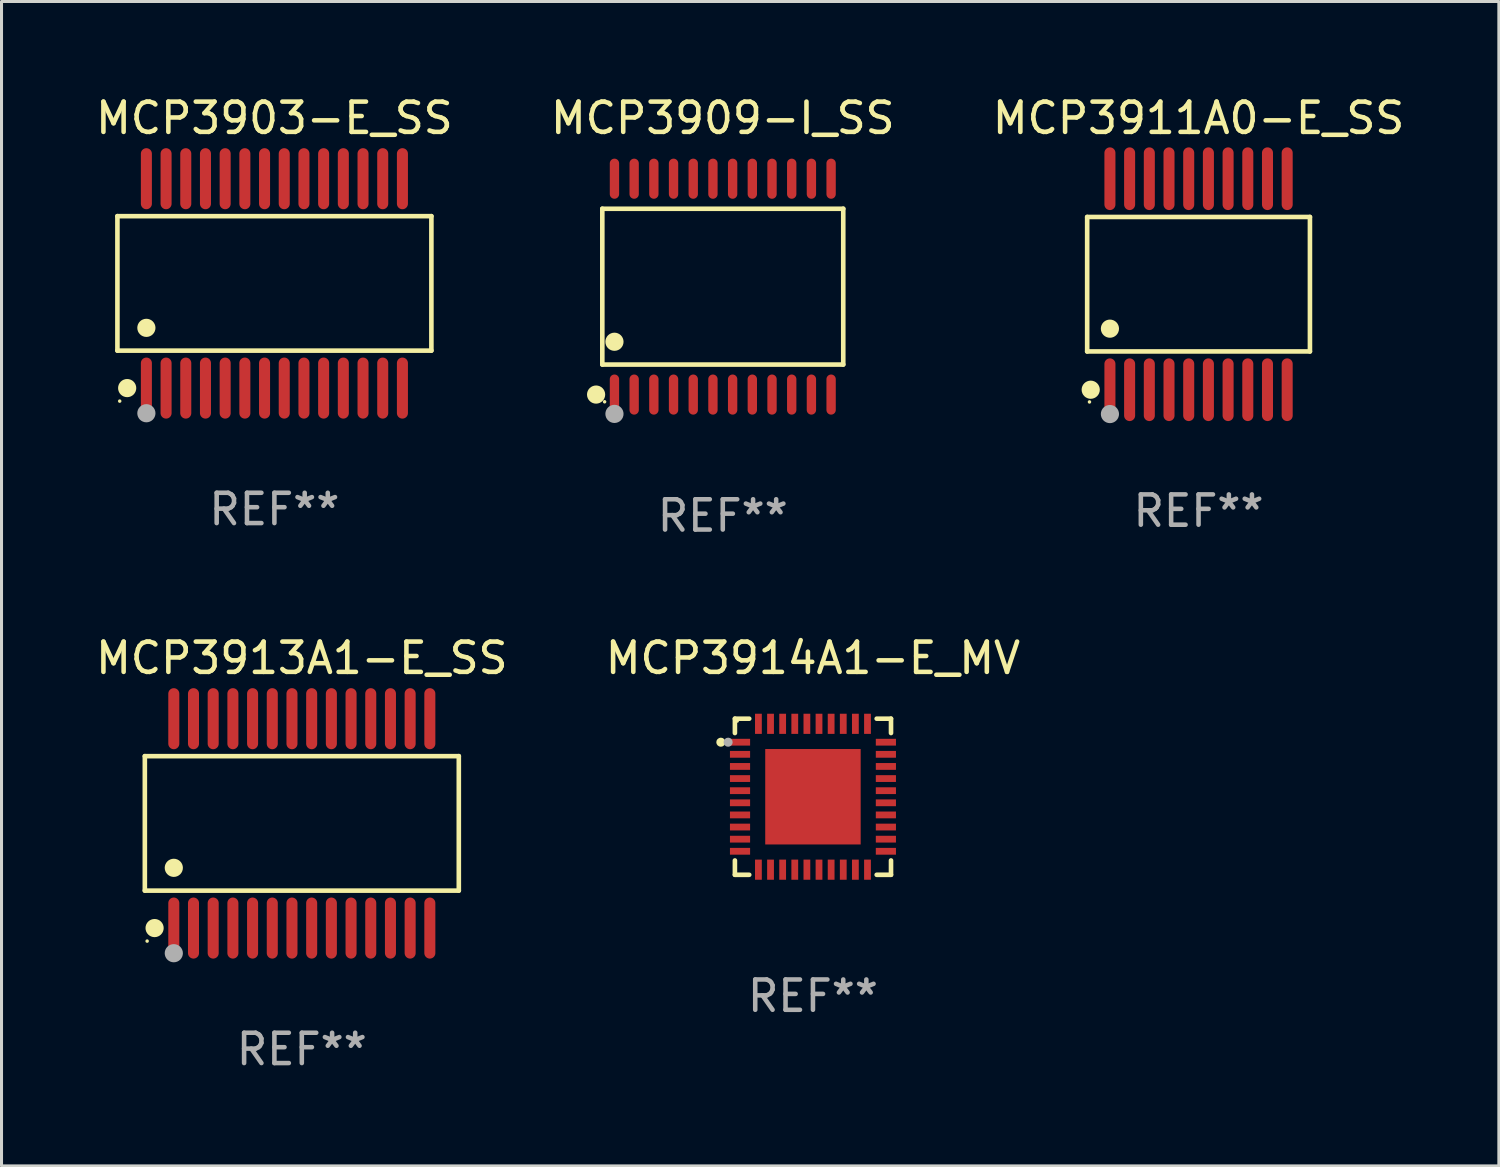
<source format=kicad_pcb>
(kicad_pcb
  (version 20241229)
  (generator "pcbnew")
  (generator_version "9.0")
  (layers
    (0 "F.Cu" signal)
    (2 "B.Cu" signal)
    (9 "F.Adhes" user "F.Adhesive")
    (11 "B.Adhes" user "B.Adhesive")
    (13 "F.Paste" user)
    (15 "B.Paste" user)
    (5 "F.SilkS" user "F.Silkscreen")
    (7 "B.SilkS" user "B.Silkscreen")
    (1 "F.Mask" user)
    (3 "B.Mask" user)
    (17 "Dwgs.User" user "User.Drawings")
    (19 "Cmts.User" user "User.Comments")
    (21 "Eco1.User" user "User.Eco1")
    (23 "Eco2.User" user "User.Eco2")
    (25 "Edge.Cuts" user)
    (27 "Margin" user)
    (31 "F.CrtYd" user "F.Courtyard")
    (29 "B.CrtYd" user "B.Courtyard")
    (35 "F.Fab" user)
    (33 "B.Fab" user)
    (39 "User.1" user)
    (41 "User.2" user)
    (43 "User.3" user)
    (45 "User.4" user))
  (footprint "MCP3914A1-E_MV"
    (layer "F.Cu")
    (at 23.78 23.245)
    (property "Reference" "MCP3914A1-E_MV" (at 0 -4.576 0) (layer "F.SilkS") (effects (font (size 1 1) (thickness 0.15))))
    (attr through_hole)
    (fp_line (start -2.576 -2.576) (end -2.576 -2.103) (stroke (width 0.152) (type solid)) (layer "F.SilkS"))
    (fp_line (start -2.576 2.576) (end -2.576 2.103) (stroke (width 0.152) (type solid)) (layer "F.SilkS"))
    (fp_line (start -2.103 -2.576) (end -2.576 -2.576) (stroke (width 0.152) (type solid)) (layer "F.SilkS"))
    (fp_line (start -2.103 2.576) (end -2.576 2.576) (stroke (width 0.152) (type solid)) (layer "F.SilkS"))
    (fp_line (start 2.103 -2.576) (end 2.576 -2.576) (stroke (width 0.152) (type solid)) (layer "F.SilkS"))
    (fp_line (start 2.103 2.576) (end 2.576 2.576) (stroke (width 0.152) (type solid)) (layer "F.SilkS"))
    (fp_line (start 2.576 -2.576) (end 2.576 -2.103) (stroke (width 0.152) (type solid)) (layer "F.SilkS"))
    (fp_line (start 2.576 2.576) (end 2.576 2.103) (stroke (width 0.152) (type solid)) (layer "F.SilkS"))
    (fp_circle (center -3.04 -1.8) (end -2.965 -1.8) (stroke (width 0.15) (type solid)) (fill no) (layer "F.SilkS"))
    (fp_circle (center -2.5 -2.5) (end -2.47 -2.5) (stroke (width 0.06) (type solid)) (fill no) (layer "F.SilkS"))
    (fp_circle (center -2.8 -1.8) (end -2.725 -1.8) (stroke (width 0.15) (type solid)) (fill no) (layer "F.Fab"))
    (fp_text user "REF**" (at 0 6.576 0) (layer "F.Fab") (effects (font (size 1 1) (thickness 0.15))))
    (pad "1" smd rect (at -2.407 -1.8) (size 0.665 0.224) (layers "F.Cu" "F.Mask" "F.Paste"))
    (pad "2" smd rect (at -2.407 -1.4) (size 0.665 0.224) (layers "F.Cu" "F.Mask" "F.Paste"))
    (pad "3" smd rect (at -2.407 -1) (size 0.665 0.224) (layers "F.Cu" "F.Mask" "F.Paste"))
    (pad "4" smd rect (at -2.407 -0.6) (size 0.665 0.224) (layers "F.Cu" "F.Mask" "F.Paste"))
    (pad "5" smd rect (at -2.407 -0.2) (size 0.665 0.224) (layers "F.Cu" "F.Mask" "F.Paste"))
    (pad "6" smd rect (at -2.407 0.2) (size 0.665 0.224) (layers "F.Cu" "F.Mask" "F.Paste"))
    (pad "7" smd rect (at -2.407 0.6) (size 0.665 0.224) (layers "F.Cu" "F.Mask" "F.Paste"))
    (pad "8" smd rect (at -2.407 1) (size 0.665 0.224) (layers "F.Cu" "F.Mask" "F.Paste"))
    (pad "9" smd rect (at -2.407 1.4) (size 0.665 0.224) (layers "F.Cu" "F.Mask" "F.Paste"))
    (pad "10" smd rect (at -2.407 1.8) (size 0.665 0.224) (layers "F.Cu" "F.Mask" "F.Paste"))
    (pad "11" smd rect (at -1.8 2.407) (size 0.224 0.665) (layers "F.Cu" "F.Mask" "F.Paste"))
    (pad "12" smd rect (at -1.4 2.407) (size 0.224 0.665) (layers "F.Cu" "F.Mask" "F.Paste"))
    (pad "13" smd rect (at -1 2.407) (size 0.224 0.665) (layers "F.Cu" "F.Mask" "F.Paste"))
    (pad "14" smd rect (at -0.6 2.407) (size 0.224 0.665) (layers "F.Cu" "F.Mask" "F.Paste"))
    (pad "15" smd rect (at -0.2 2.407) (size 0.224 0.665) (layers "F.Cu" "F.Mask" "F.Paste"))
    (pad "16" smd rect (at 0.2 2.407) (size 0.224 0.665) (layers "F.Cu" "F.Mask" "F.Paste"))
    (pad "17" smd rect (at 0.6 2.407) (size 0.224 0.665) (layers "F.Cu" "F.Mask" "F.Paste"))
    (pad "18" smd rect (at 1 2.407) (size 0.224 0.665) (layers "F.Cu" "F.Mask" "F.Paste"))
    (pad "19" smd rect (at 1.4 2.407) (size 0.224 0.665) (layers "F.Cu" "F.Mask" "F.Paste"))
    (pad "20" smd rect (at 1.8 2.407) (size 0.224 0.665) (layers "F.Cu" "F.Mask" "F.Paste"))
    (pad "21" smd rect (at 2.407 1.8) (size 0.665 0.224) (layers "F.Cu" "F.Mask" "F.Paste"))
    (pad "22" smd rect (at 2.407 1.4) (size 0.665 0.224) (layers "F.Cu" "F.Mask" "F.Paste"))
    (pad "23" smd rect (at 2.407 1) (size 0.665 0.224) (layers "F.Cu" "F.Mask" "F.Paste"))
    (pad "24" smd rect (at 2.407 0.6) (size 0.665 0.224) (layers "F.Cu" "F.Mask" "F.Paste"))
    (pad "25" smd rect (at 2.407 0.2) (size 0.665 0.224) (layers "F.Cu" "F.Mask" "F.Paste"))
    (pad "26" smd rect (at 2.407 -0.2) (size 0.665 0.224) (layers "F.Cu" "F.Mask" "F.Paste"))
    (pad "27" smd rect (at 2.407 -0.6) (size 0.665 0.224) (layers "F.Cu" "F.Mask" "F.Paste"))
    (pad "28" smd rect (at 2.407 -1) (size 0.665 0.224) (layers "F.Cu" "F.Mask" "F.Paste"))
    (pad "29" smd rect (at 2.407 -1.4) (size 0.665 0.224) (layers "F.Cu" "F.Mask" "F.Paste"))
    (pad "30" smd rect (at 2.407 -1.8) (size 0.665 0.224) (layers "F.Cu" "F.Mask" "F.Paste"))
    (pad "31" smd rect (at 1.8 -2.407) (size 0.224 0.665) (layers "F.Cu" "F.Mask" "F.Paste"))
    (pad "32" smd rect (at 1.4 -2.407) (size 0.224 0.665) (layers "F.Cu" "F.Mask" "F.Paste"))
    (pad "33" smd rect (at 1 -2.407) (size 0.224 0.665) (layers "F.Cu" "F.Mask" "F.Paste"))
    (pad "34" smd rect (at 0.6 -2.407) (size 0.224 0.665) (layers "F.Cu" "F.Mask" "F.Paste"))
    (pad "35" smd rect (at 0.2 -2.407) (size 0.224 0.665) (layers "F.Cu" "F.Mask" "F.Paste"))
    (pad "36" smd rect (at -0.2 -2.407) (size 0.224 0.665) (layers "F.Cu" "F.Mask" "F.Paste"))
    (pad "37" smd rect (at -0.6 -2.407) (size 0.224 0.665) (layers "F.Cu" "F.Mask" "F.Paste"))
    (pad "38" smd rect (at -1 -2.407) (size 0.224 0.665) (layers "F.Cu" "F.Mask" "F.Paste"))
    (pad "39" smd rect (at -1.4 -2.407) (size 0.224 0.665) (layers "F.Cu" "F.Mask" "F.Paste"))
    (pad "40" smd rect (at -1.8 -2.407) (size 0.224 0.665) (layers "F.Cu" "F.Mask" "F.Paste"))
    (pad "41" smd rect (at 0 0) (size 3.15 3.15) (layers "F.Cu" "F.Mask" "F.Paste")))
  (footprint "MCP3911A0-E_SS"
    (layer "F.Cu")
    (at 36.506 6.33)
    (property "Reference" "MCP3911A0-E_SS" (at 0 -5.482 0) (layer "F.SilkS") (effects (font (size 1 1) (thickness 0.15))))
    (attr through_hole)
    (fp_line (start -3.676 -2.219) (end 3.676 -2.219) (stroke (width 0.152) (type solid)) (layer "F.SilkS"))
    (fp_line (start -3.676 2.219) (end -3.676 -2.219) (stroke (width 0.152) (type solid)) (layer "F.SilkS"))
    (fp_line (start 3.676 -2.219) (end 3.676 2.219) (stroke (width 0.152) (type solid)) (layer "F.SilkS"))
    (fp_line (start 3.676 2.219) (end -3.676 2.219) (stroke (width 0.152) (type solid)) (layer "F.SilkS"))
    (fp_circle (center -3.6 3.885) (end -3.57 3.885) (stroke (width 0.06) (type solid)) (fill no) (layer "F.SilkS"))
    (fp_circle (center -3.559 3.482) (end -3.409 3.482) (stroke (width 0.3) (type solid)) (fill no) (layer "F.SilkS"))
    (fp_circle (center -2.925 1.467) (end -2.775 1.467) (stroke (width 0.3) (type solid)) (fill no) (layer "F.SilkS"))
    (fp_circle (center -2.925 4.285) (end -2.775 4.285) (stroke (width 0.3) (type solid)) (fill no) (layer "F.Fab"))
    (fp_text user "REF**" (at 0 7.482 0) (layer "F.Fab") (effects (font (size 1 1) (thickness 0.15))))
    (pad "1" smd oval (at -2.925 3.482) (size 0.364 2.069) (layers "F.Cu" "F.Mask" "F.Paste"))
    (pad "2" smd oval (at -2.275 3.482) (size 0.364 2.069) (layers "F.Cu" "F.Mask" "F.Paste"))
    (pad "3" smd oval (at -1.625 3.482) (size 0.364 2.069) (layers "F.Cu" "F.Mask" "F.Paste"))
    (pad "4" smd oval (at -0.975 3.482) (size 0.364 2.069) (layers "F.Cu" "F.Mask" "F.Paste"))
    (pad "5" smd oval (at -0.325 3.482) (size 0.364 2.069) (layers "F.Cu" "F.Mask" "F.Paste"))
    (pad "6" smd oval (at 0.325 3.482) (size 0.364 2.069) (layers "F.Cu" "F.Mask" "F.Paste"))
    (pad "7" smd oval (at 0.975 3.482) (size 0.364 2.069) (layers "F.Cu" "F.Mask" "F.Paste"))
    (pad "8" smd oval (at 1.625 3.482) (size 0.364 2.069) (layers "F.Cu" "F.Mask" "F.Paste"))
    (pad "9" smd oval (at 2.275 3.482) (size 0.364 2.069) (layers "F.Cu" "F.Mask" "F.Paste"))
    (pad "10" smd oval (at 2.925 3.482) (size 0.364 2.069) (layers "F.Cu" "F.Mask" "F.Paste"))
    (pad "11" smd oval (at 2.925 -3.482) (size 0.364 2.069) (layers "F.Cu" "F.Mask" "F.Paste"))
    (pad "12" smd oval (at 2.275 -3.482) (size 0.364 2.069) (layers "F.Cu" "F.Mask" "F.Paste"))
    (pad "13" smd oval (at 1.625 -3.482) (size 0.364 2.069) (layers "F.Cu" "F.Mask" "F.Paste"))
    (pad "14" smd oval (at 0.975 -3.482) (size 0.364 2.069) (layers "F.Cu" "F.Mask" "F.Paste"))
    (pad "15" smd oval (at 0.325 -3.482) (size 0.364 2.069) (layers "F.Cu" "F.Mask" "F.Paste"))
    (pad "16" smd oval (at -0.325 -3.482) (size 0.364 2.069) (layers "F.Cu" "F.Mask" "F.Paste"))
    (pad "17" smd oval (at -0.975 -3.482) (size 0.364 2.069) (layers "F.Cu" "F.Mask" "F.Paste"))
    (pad "18" smd oval (at -1.625 -3.482) (size 0.364 2.069) (layers "F.Cu" "F.Mask" "F.Paste"))
    (pad "19" smd oval (at -2.275 -3.482) (size 0.364 2.069) (layers "F.Cu" "F.Mask" "F.Paste"))
    (pad "20" smd oval (at -2.925 -3.482) (size 0.364 2.069) (layers "F.Cu" "F.Mask" "F.Paste")))
  (footprint "MCP3903-E_SS"
    (layer "F.Cu")
    (at 6.006 6.303)
    (property "Reference" "MCP3903-E_SS" (at 0 -5.455 0) (layer "F.SilkS") (effects (font (size 1 1) (thickness 0.15))))
    (attr through_hole)
    (fp_line (start -5.181 -2.219) (end 5.181 -2.219) (stroke (width 0.152) (type solid)) (layer "F.SilkS"))
    (fp_line (start -5.181 2.219) (end -5.181 -2.219) (stroke (width 0.152) (type solid)) (layer "F.SilkS"))
    (fp_line (start 5.181 -2.219) (end 5.181 2.219) (stroke (width 0.152) (type solid)) (layer "F.SilkS"))
    (fp_line (start 5.181 2.219) (end -5.181 2.219) (stroke (width 0.152) (type solid)) (layer "F.SilkS"))
    (fp_circle (center -5.105 3.885) (end -5.075 3.885) (stroke (width 0.06) (type solid)) (fill no) (layer "F.SilkS"))
    (fp_circle (center -4.859 3.455) (end -4.709 3.455) (stroke (width 0.3) (type solid)) (fill no) (layer "F.SilkS"))
    (fp_circle (center -4.225 1.467) (end -4.075 1.467) (stroke (width 0.3) (type solid)) (fill no) (layer "F.SilkS"))
    (fp_circle (center -4.225 4.285) (end -4.075 4.285) (stroke (width 0.3) (type solid)) (fill no) (layer "F.Fab"))
    (fp_text user "REF**" (at 0 7.455 0) (layer "F.Fab") (effects (font (size 1 1) (thickness 0.15))))
    (pad "1" smd oval (at -4.225 3.455) (size 0.364 2.015) (layers "F.Cu" "F.Mask" "F.Paste"))
    (pad "2" smd oval (at -3.575 3.455) (size 0.364 2.015) (layers "F.Cu" "F.Mask" "F.Paste"))
    (pad "3" smd oval (at -2.925 3.455) (size 0.364 2.015) (layers "F.Cu" "F.Mask" "F.Paste"))
    (pad "4" smd oval (at -2.275 3.455) (size 0.364 2.015) (layers "F.Cu" "F.Mask" "F.Paste"))
    (pad "5" smd oval (at -1.625 3.455) (size 0.364 2.015) (layers "F.Cu" "F.Mask" "F.Paste"))
    (pad "6" smd oval (at -0.975 3.455) (size 0.364 2.015) (layers "F.Cu" "F.Mask" "F.Paste"))
    (pad "7" smd oval (at -0.325 3.455) (size 0.364 2.015) (layers "F.Cu" "F.Mask" "F.Paste"))
    (pad "8" smd oval (at 0.325 3.455) (size 0.364 2.015) (layers "F.Cu" "F.Mask" "F.Paste"))
    (pad "9" smd oval (at 0.975 3.455) (size 0.364 2.015) (layers "F.Cu" "F.Mask" "F.Paste"))
    (pad "10" smd oval (at 1.625 3.455) (size 0.364 2.015) (layers "F.Cu" "F.Mask" "F.Paste"))
    (pad "11" smd oval (at 2.275 3.455) (size 0.364 2.015) (layers "F.Cu" "F.Mask" "F.Paste"))
    (pad "12" smd oval (at 2.925 3.455) (size 0.364 2.015) (layers "F.Cu" "F.Mask" "F.Paste"))
    (pad "13" smd oval (at 3.575 3.455) (size 0.364 2.015) (layers "F.Cu" "F.Mask" "F.Paste"))
    (pad "14" smd oval (at 4.225 3.455) (size 0.364 2.015) (layers "F.Cu" "F.Mask" "F.Paste"))
    (pad "15" smd oval (at 4.225 -3.455) (size 0.364 2.015) (layers "F.Cu" "F.Mask" "F.Paste"))
    (pad "16" smd oval (at 3.575 -3.455) (size 0.364 2.015) (layers "F.Cu" "F.Mask" "F.Paste"))
    (pad "17" smd oval (at 2.925 -3.455) (size 0.364 2.015) (layers "F.Cu" "F.Mask" "F.Paste"))
    (pad "18" smd oval (at 2.275 -3.455) (size 0.364 2.015) (layers "F.Cu" "F.Mask" "F.Paste"))
    (pad "19" smd oval (at 1.625 -3.455) (size 0.364 2.015) (layers "F.Cu" "F.Mask" "F.Paste"))
    (pad "20" smd oval (at 0.975 -3.455) (size 0.364 2.015) (layers "F.Cu" "F.Mask" "F.Paste"))
    (pad "21" smd oval (at 0.325 -3.455) (size 0.364 2.015) (layers "F.Cu" "F.Mask" "F.Paste"))
    (pad "22" smd oval (at -0.325 -3.455) (size 0.364 2.015) (layers "F.Cu" "F.Mask" "F.Paste"))
    (pad "23" smd oval (at -0.975 -3.455) (size 0.364 2.015) (layers "F.Cu" "F.Mask" "F.Paste"))
    (pad "24" smd oval (at -1.625 -3.455) (size 0.364 2.015) (layers "F.Cu" "F.Mask" "F.Paste"))
    (pad "25" smd oval (at -2.275 -3.455) (size 0.364 2.015) (layers "F.Cu" "F.Mask" "F.Paste"))
    (pad "26" smd oval (at -2.925 -3.455) (size 0.364 2.015) (layers "F.Cu" "F.Mask" "F.Paste"))
    (pad "27" smd oval (at -3.575 -3.455) (size 0.364 2.015) (layers "F.Cu" "F.Mask" "F.Paste"))
    (pad "28" smd oval (at -4.225 -3.455) (size 0.364 2.015) (layers "F.Cu" "F.Mask" "F.Paste")))
  (footprint "MCP3913A1-E_SS"
    (layer "F.Cu")
    (at 6.911 24.124)
    (property "Reference" "MCP3913A1-E_SS" (at 0 -5.455 0) (layer "F.SilkS") (effects (font (size 1 1) (thickness 0.15))))
    (attr through_hole)
    (fp_line (start -5.181 -2.219) (end 5.181 -2.219) (stroke (width 0.152) (type solid)) (layer "F.SilkS"))
    (fp_line (start -5.181 2.219) (end -5.181 -2.219) (stroke (width 0.152) (type solid)) (layer "F.SilkS"))
    (fp_line (start 5.181 -2.219) (end 5.181 2.219) (stroke (width 0.152) (type solid)) (layer "F.SilkS"))
    (fp_line (start 5.181 2.219) (end -5.181 2.219) (stroke (width 0.152) (type solid)) (layer "F.SilkS"))
    (fp_circle (center -5.105 3.885) (end -5.075 3.885) (stroke (width 0.06) (type solid)) (fill no) (layer "F.SilkS"))
    (fp_circle (center -4.859 3.455) (end -4.709 3.455) (stroke (width 0.3) (type solid)) (fill no) (layer "F.SilkS"))
    (fp_circle (center -4.225 1.467) (end -4.075 1.467) (stroke (width 0.3) (type solid)) (fill no) (layer "F.SilkS"))
    (fp_circle (center -4.225 4.285) (end -4.075 4.285) (stroke (width 0.3) (type solid)) (fill no) (layer "F.Fab"))
    (fp_text user "REF**" (at 0 7.455 0) (layer "F.Fab") (effects (font (size 1 1) (thickness 0.15))))
    (pad "1" smd oval (at -4.225 3.455) (size 0.364 2.015) (layers "F.Cu" "F.Mask" "F.Paste"))
    (pad "2" smd oval (at -3.575 3.455) (size 0.364 2.015) (layers "F.Cu" "F.Mask" "F.Paste"))
    (pad "3" smd oval (at -2.925 3.455) (size 0.364 2.015) (layers "F.Cu" "F.Mask" "F.Paste"))
    (pad "4" smd oval (at -2.275 3.455) (size 0.364 2.015) (layers "F.Cu" "F.Mask" "F.Paste"))
    (pad "5" smd oval (at -1.625 3.455) (size 0.364 2.015) (layers "F.Cu" "F.Mask" "F.Paste"))
    (pad "6" smd oval (at -0.975 3.455) (size 0.364 2.015) (layers "F.Cu" "F.Mask" "F.Paste"))
    (pad "7" smd oval (at -0.325 3.455) (size 0.364 2.015) (layers "F.Cu" "F.Mask" "F.Paste"))
    (pad "8" smd oval (at 0.325 3.455) (size 0.364 2.015) (layers "F.Cu" "F.Mask" "F.Paste"))
    (pad "9" smd oval (at 0.975 3.455) (size 0.364 2.015) (layers "F.Cu" "F.Mask" "F.Paste"))
    (pad "10" smd oval (at 1.625 3.455) (size 0.364 2.015) (layers "F.Cu" "F.Mask" "F.Paste"))
    (pad "11" smd oval (at 2.275 3.455) (size 0.364 2.015) (layers "F.Cu" "F.Mask" "F.Paste"))
    (pad "12" smd oval (at 2.925 3.455) (size 0.364 2.015) (layers "F.Cu" "F.Mask" "F.Paste"))
    (pad "13" smd oval (at 3.575 3.455) (size 0.364 2.015) (layers "F.Cu" "F.Mask" "F.Paste"))
    (pad "14" smd oval (at 4.225 3.455) (size 0.364 2.015) (layers "F.Cu" "F.Mask" "F.Paste"))
    (pad "15" smd oval (at 4.225 -3.455) (size 0.364 2.015) (layers "F.Cu" "F.Mask" "F.Paste"))
    (pad "16" smd oval (at 3.575 -3.455) (size 0.364 2.015) (layers "F.Cu" "F.Mask" "F.Paste"))
    (pad "17" smd oval (at 2.925 -3.455) (size 0.364 2.015) (layers "F.Cu" "F.Mask" "F.Paste"))
    (pad "18" smd oval (at 2.275 -3.455) (size 0.364 2.015) (layers "F.Cu" "F.Mask" "F.Paste"))
    (pad "19" smd oval (at 1.625 -3.455) (size 0.364 2.015) (layers "F.Cu" "F.Mask" "F.Paste"))
    (pad "20" smd oval (at 0.975 -3.455) (size 0.364 2.015) (layers "F.Cu" "F.Mask" "F.Paste"))
    (pad "21" smd oval (at 0.325 -3.455) (size 0.364 2.015) (layers "F.Cu" "F.Mask" "F.Paste"))
    (pad "22" smd oval (at -0.325 -3.455) (size 0.364 2.015) (layers "F.Cu" "F.Mask" "F.Paste"))
    (pad "23" smd oval (at -0.975 -3.455) (size 0.364 2.015) (layers "F.Cu" "F.Mask" "F.Paste"))
    (pad "24" smd oval (at -1.625 -3.455) (size 0.364 2.015) (layers "F.Cu" "F.Mask" "F.Paste"))
    (pad "25" smd oval (at -2.275 -3.455) (size 0.364 2.015) (layers "F.Cu" "F.Mask" "F.Paste"))
    (pad "26" smd oval (at -2.925 -3.455) (size 0.364 2.015) (layers "F.Cu" "F.Mask" "F.Paste"))
    (pad "27" smd oval (at -3.575 -3.455) (size 0.364 2.015) (layers "F.Cu" "F.Mask" "F.Paste"))
    (pad "28" smd oval (at -4.225 -3.455) (size 0.364 2.015) (layers "F.Cu" "F.Mask" "F.Paste")))
  (footprint "MCP3909-I_SS"
    (layer "F.Cu")
    (at 20.804 6.41)
    (property "Reference" "MCP3909-I_SS" (at 0 -5.562 0) (layer "F.SilkS") (effects (font (size 1 1) (thickness 0.15))))
    (attr through_hole)
    (fp_line (start -3.976 -2.571) (end 3.976 -2.571) (stroke (width 0.152) (type solid)) (layer "F.SilkS"))
    (fp_line (start -3.976 2.571) (end -3.976 -2.571) (stroke (width 0.152) (type solid)) (layer "F.SilkS"))
    (fp_line (start 3.976 -2.571) (end 3.976 2.571) (stroke (width 0.152) (type solid)) (layer "F.SilkS"))
    (fp_line (start 3.976 2.571) (end -3.976 2.571) (stroke (width 0.152) (type solid)) (layer "F.SilkS"))
    (fp_circle (center -4.181 3.562) (end -4.031 3.562) (stroke (width 0.3) (type solid)) (fill no) (layer "F.SilkS"))
    (fp_circle (center -3.9 3.8) (end -3.87 3.8) (stroke (width 0.06) (type solid)) (fill no) (layer "F.SilkS"))
    (fp_circle (center -3.575 1.819) (end -3.425 1.819) (stroke (width 0.3) (type solid)) (fill no) (layer "F.SilkS"))
    (fp_circle (center -3.575 4.2) (end -3.425 4.2) (stroke (width 0.3) (type solid)) (fill no) (layer "F.Fab"))
    (fp_text user "REF**" (at 0 7.562 0) (layer "F.Fab") (effects (font (size 1 1) (thickness 0.15))))
    (pad "1" smd oval (at -3.575 3.562) (size 0.308 1.324) (layers "F.Cu" "F.Mask" "F.Paste"))
    (pad "2" smd oval (at -2.925 3.562) (size 0.308 1.324) (layers "F.Cu" "F.Mask" "F.Paste"))
    (pad "3" smd oval (at -2.275 3.562) (size 0.308 1.324) (layers "F.Cu" "F.Mask" "F.Paste"))
    (pad "4" smd oval (at -1.625 3.562) (size 0.308 1.324) (layers "F.Cu" "F.Mask" "F.Paste"))
    (pad "5" smd oval (at -0.975 3.562) (size 0.308 1.324) (layers "F.Cu" "F.Mask" "F.Paste"))
    (pad "6" smd oval (at -0.325 3.562) (size 0.308 1.324) (layers "F.Cu" "F.Mask" "F.Paste"))
    (pad "7" smd oval (at 0.325 3.562) (size 0.308 1.324) (layers "F.Cu" "F.Mask" "F.Paste"))
    (pad "8" smd oval (at 0.975 3.562) (size 0.308 1.324) (layers "F.Cu" "F.Mask" "F.Paste"))
    (pad "9" smd oval (at 1.625 3.562) (size 0.308 1.324) (layers "F.Cu" "F.Mask" "F.Paste"))
    (pad "10" smd oval (at 2.275 3.562) (size 0.308 1.324) (layers "F.Cu" "F.Mask" "F.Paste"))
    (pad "11" smd oval (at 2.925 3.562) (size 0.308 1.324) (layers "F.Cu" "F.Mask" "F.Paste"))
    (pad "12" smd oval (at 3.575 3.562) (size 0.308 1.324) (layers "F.Cu" "F.Mask" "F.Paste"))
    (pad "13" smd oval (at 3.575 -3.562) (size 0.308 1.324) (layers "F.Cu" "F.Mask" "F.Paste"))
    (pad "14" smd oval (at 2.925 -3.562) (size 0.308 1.324) (layers "F.Cu" "F.Mask" "F.Paste"))
    (pad "15" smd oval (at 2.275 -3.562) (size 0.308 1.324) (layers "F.Cu" "F.Mask" "F.Paste"))
    (pad "16" smd oval (at 1.625 -3.562) (size 0.308 1.324) (layers "F.Cu" "F.Mask" "F.Paste"))
    (pad "17" smd oval (at 0.975 -3.562) (size 0.308 1.324) (layers "F.Cu" "F.Mask" "F.Paste"))
    (pad "18" smd oval (at 0.325 -3.562) (size 0.308 1.324) (layers "F.Cu" "F.Mask" "F.Paste"))
    (pad "19" smd oval (at -0.325 -3.562) (size 0.308 1.324) (layers "F.Cu" "F.Mask" "F.Paste"))
    (pad "20" smd oval (at -0.975 -3.562) (size 0.308 1.324) (layers "F.Cu" "F.Mask" "F.Paste"))
    (pad "21" smd oval (at -1.625 -3.562) (size 0.308 1.324) (layers "F.Cu" "F.Mask" "F.Paste"))
    (pad "22" smd oval (at -2.275 -3.562) (size 0.308 1.324) (layers "F.Cu" "F.Mask" "F.Paste"))
    (pad "23" smd oval (at -2.925 -3.562) (size 0.308 1.324) (layers "F.Cu" "F.Mask" "F.Paste"))
    (pad "24" smd oval (at -3.575 -3.562) (size 0.308 1.324) (layers "F.Cu" "F.Mask" "F.Paste")))
  (gr_rect
    (start -3 -3)
    (end 46.417 35.428)
    (stroke (width 0.1) (type default))
    (fill no)
    (layer "Edge.Cuts")))
</source>
